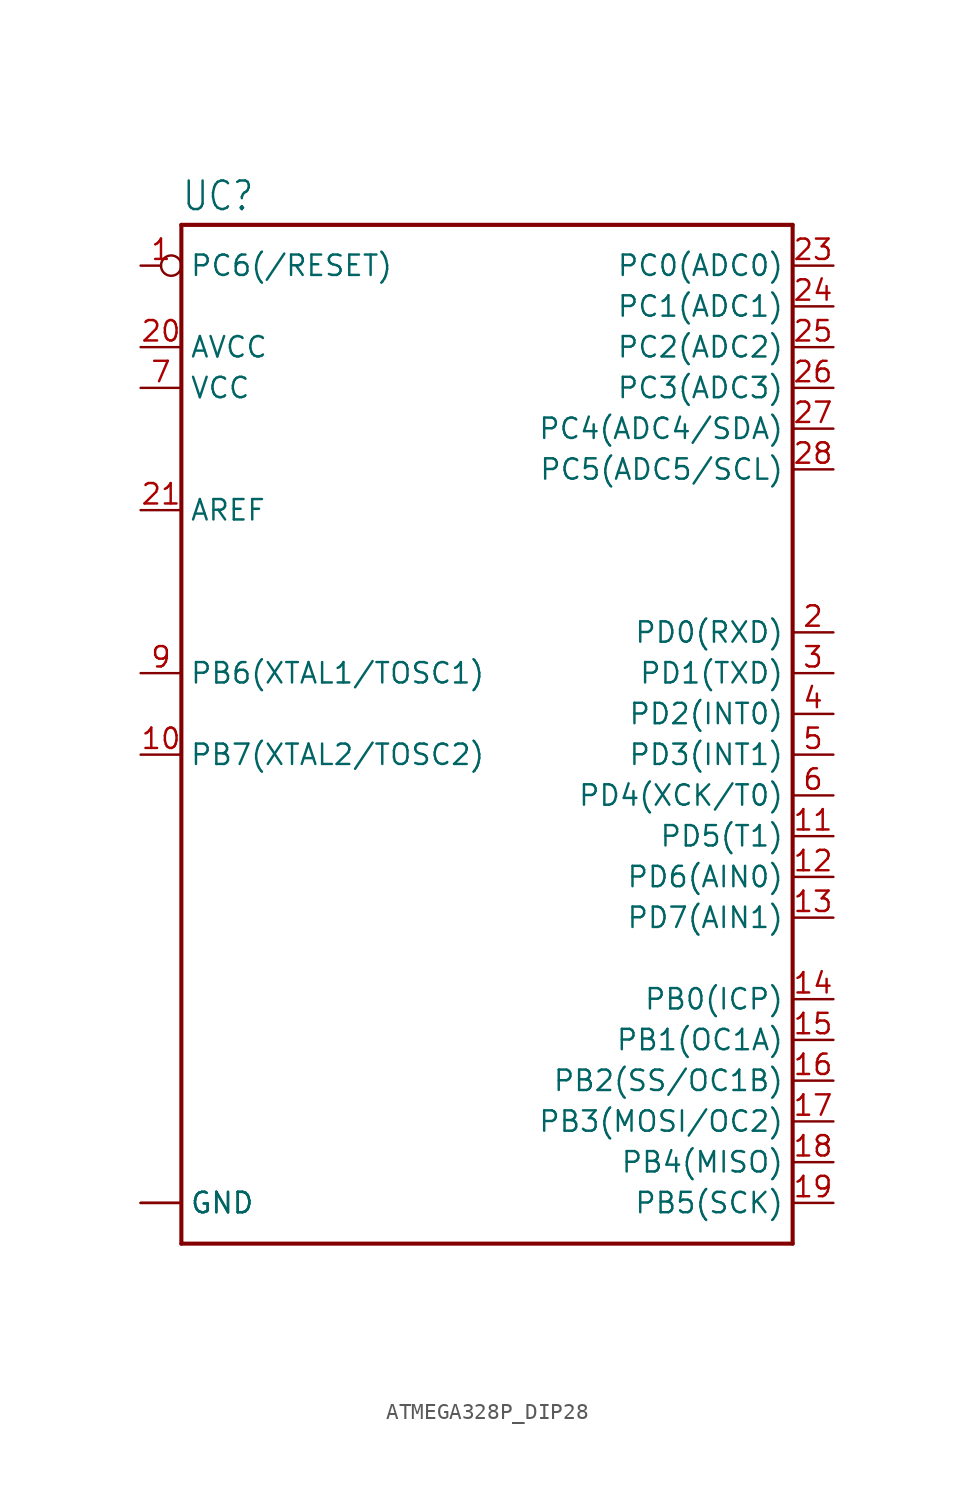
<source format=kicad_sym>
(kicad_symbol_lib
  (version 20220914)
  (generator kicad_symbol_editor)
  (symbol "ATMEGA328P_DIP28"
    (property "Reference" "UC"
      (at -17.78 28.702 0)
      (effects (font (size 1.778 1.511)) (justify left bottom)))
    (property "Value" ""
      (at -17.78 -38.1 0)
      (effects (font (size 1.778 1.511)) (justify left bottom)))
    (property "ki_locked" ""
      (at 0 0 0)
      (effects (font (size 1.27 1.27))))
    (symbol "ATMEGA328P_DIP28_1_0"
      (polyline (pts (xy -17.78 -35.56) (xy -17.78 27.94)) (stroke (width 0.254) (type solid)) (fill (type none)))
      (polyline (pts (xy -17.78 27.94) (xy 20.32 27.94)) (stroke (width 0.254) (type solid)) (fill (type none)))
      (polyline (pts (xy 20.32 -35.56) (xy -17.78 -35.56)) (stroke (width 0.254) (type solid)) (fill (type none)))
      (polyline (pts (xy 20.32 27.94) (xy 20.32 -35.56)) (stroke (width 0.254) (type solid)) (fill (type none)))
      (pin bidirectional inverted (at -20.32 25.4 0) (length 2.54) (name "PC6(/RESET)" (effects (font (size 1.27 1.27)))) (number "1" (effects (font (size 1.27 1.27)))))
      (pin bidirectional line (at -20.32 -5.08 0) (length 2.54) (name "PB7(XTAL2/TOSC2)" (effects (font (size 1.27 1.27)))) (number "10" (effects (font (size 1.27 1.27)))))
      (pin bidirectional line (at 22.86 -10.16 180) (length 2.54) (name "PD5(T1)" (effects (font (size 1.27 1.27)))) (number "11" (effects (font (size 1.27 1.27)))))
      (pin bidirectional line (at 22.86 -12.7 180) (length 2.54) (name "PD6(AIN0)" (effects (font (size 1.27 1.27)))) (number "12" (effects (font (size 1.27 1.27)))))
      (pin bidirectional line (at 22.86 -15.24 180) (length 2.54) (name "PD7(AIN1)" (effects (font (size 1.27 1.27)))) (number "13" (effects (font (size 1.27 1.27)))))
      (pin bidirectional line (at 22.86 -20.32 180) (length 2.54) (name "PB0(ICP)" (effects (font (size 1.27 1.27)))) (number "14" (effects (font (size 1.27 1.27)))))
      (pin bidirectional line (at 22.86 -22.86 180) (length 2.54) (name "PB1(OC1A)" (effects (font (size 1.27 1.27)))) (number "15" (effects (font (size 1.27 1.27)))))
      (pin bidirectional line (at 22.86 -25.4 180) (length 2.54) (name "PB2(SS/OC1B)" (effects (font (size 1.27 1.27)))) (number "16" (effects (font (size 1.27 1.27)))))
      (pin bidirectional line (at 22.86 -27.94 180) (length 2.54) (name "PB3(MOSI/OC2)" (effects (font (size 1.27 1.27)))) (number "17" (effects (font (size 1.27 1.27)))))
      (pin bidirectional line (at 22.86 -30.48 180) (length 2.54) (name "PB4(MISO)" (effects (font (size 1.27 1.27)))) (number "18" (effects (font (size 1.27 1.27)))))
      (pin bidirectional line (at 22.86 -33.02 180) (length 2.54) (name "PB5(SCK)" (effects (font (size 1.27 1.27)))) (number "19" (effects (font (size 1.27 1.27)))))
      (pin bidirectional line (at 22.86 2.54 180) (length 2.54) (name "PD0(RXD)" (effects (font (size 1.27 1.27)))) (number "2" (effects (font (size 1.27 1.27)))))
      (pin bidirectional line (at -20.32 20.32 0) (length 2.54) (name "AVCC" (effects (font (size 1.27 1.27)))) (number "20" (effects (font (size 1.27 1.27)))))
      (pin bidirectional line (at -20.32 10.16 0) (length 2.54) (name "AREF" (effects (font (size 1.27 1.27)))) (number "21" (effects (font (size 1.27 1.27)))))
      (pin bidirectional line (at -20.32 -33.02 0) (length 2.54) (name "GND" (effects (font (size 1.27 1.27)))) (number "22" (effects (font (size 0 0)))))
      (pin bidirectional line (at 22.86 25.4 180) (length 2.54) (name "PC0(ADC0)" (effects (font (size 1.27 1.27)))) (number "23" (effects (font (size 1.27 1.27)))))
      (pin bidirectional line (at 22.86 22.86 180) (length 2.54) (name "PC1(ADC1)" (effects (font (size 1.27 1.27)))) (number "24" (effects (font (size 1.27 1.27)))))
      (pin bidirectional line (at 22.86 20.32 180) (length 2.54) (name "PC2(ADC2)" (effects (font (size 1.27 1.27)))) (number "25" (effects (font (size 1.27 1.27)))))
      (pin bidirectional line (at 22.86 17.78 180) (length 2.54) (name "PC3(ADC3)" (effects (font (size 1.27 1.27)))) (number "26" (effects (font (size 1.27 1.27)))))
      (pin bidirectional line (at 22.86 15.24 180) (length 2.54) (name "PC4(ADC4/SDA)" (effects (font (size 1.27 1.27)))) (number "27" (effects (font (size 1.27 1.27)))))
      (pin bidirectional line (at 22.86 12.7 180) (length 2.54) (name "PC5(ADC5/SCL)" (effects (font (size 1.27 1.27)))) (number "28" (effects (font (size 1.27 1.27)))))
      (pin bidirectional line (at 22.86 0 180) (length 2.54) (name "PD1(TXD)" (effects (font (size 1.27 1.27)))) (number "3" (effects (font (size 1.27 1.27)))))
      (pin bidirectional line (at 22.86 -2.54 180) (length 2.54) (name "PD2(INT0)" (effects (font (size 1.27 1.27)))) (number "4" (effects (font (size 1.27 1.27)))))
      (pin bidirectional line (at 22.86 -5.08 180) (length 2.54) (name "PD3(INT1)" (effects (font (size 1.27 1.27)))) (number "5" (effects (font (size 1.27 1.27)))))
      (pin bidirectional line (at 22.86 -7.62 180) (length 2.54) (name "PD4(XCK/T0)" (effects (font (size 1.27 1.27)))) (number "6" (effects (font (size 1.27 1.27)))))
      (pin bidirectional line (at -20.32 17.78 0) (length 2.54) (name "VCC" (effects (font (size 1.27 1.27)))) (number "7" (effects (font (size 1.27 1.27)))))
      (pin bidirectional line (at -20.32 -33.02 0) (length 2.54) (name "GND" (effects (font (size 1.27 1.27)))) (number "8" (effects (font (size 0 0)))))
      (pin bidirectional line (at -20.32 0 0) (length 2.54) (name "PB6(XTAL1/TOSC1)" (effects (font (size 1.27 1.27)))) (number "9" (effects (font (size 1.27 1.27))))))))
</source>
